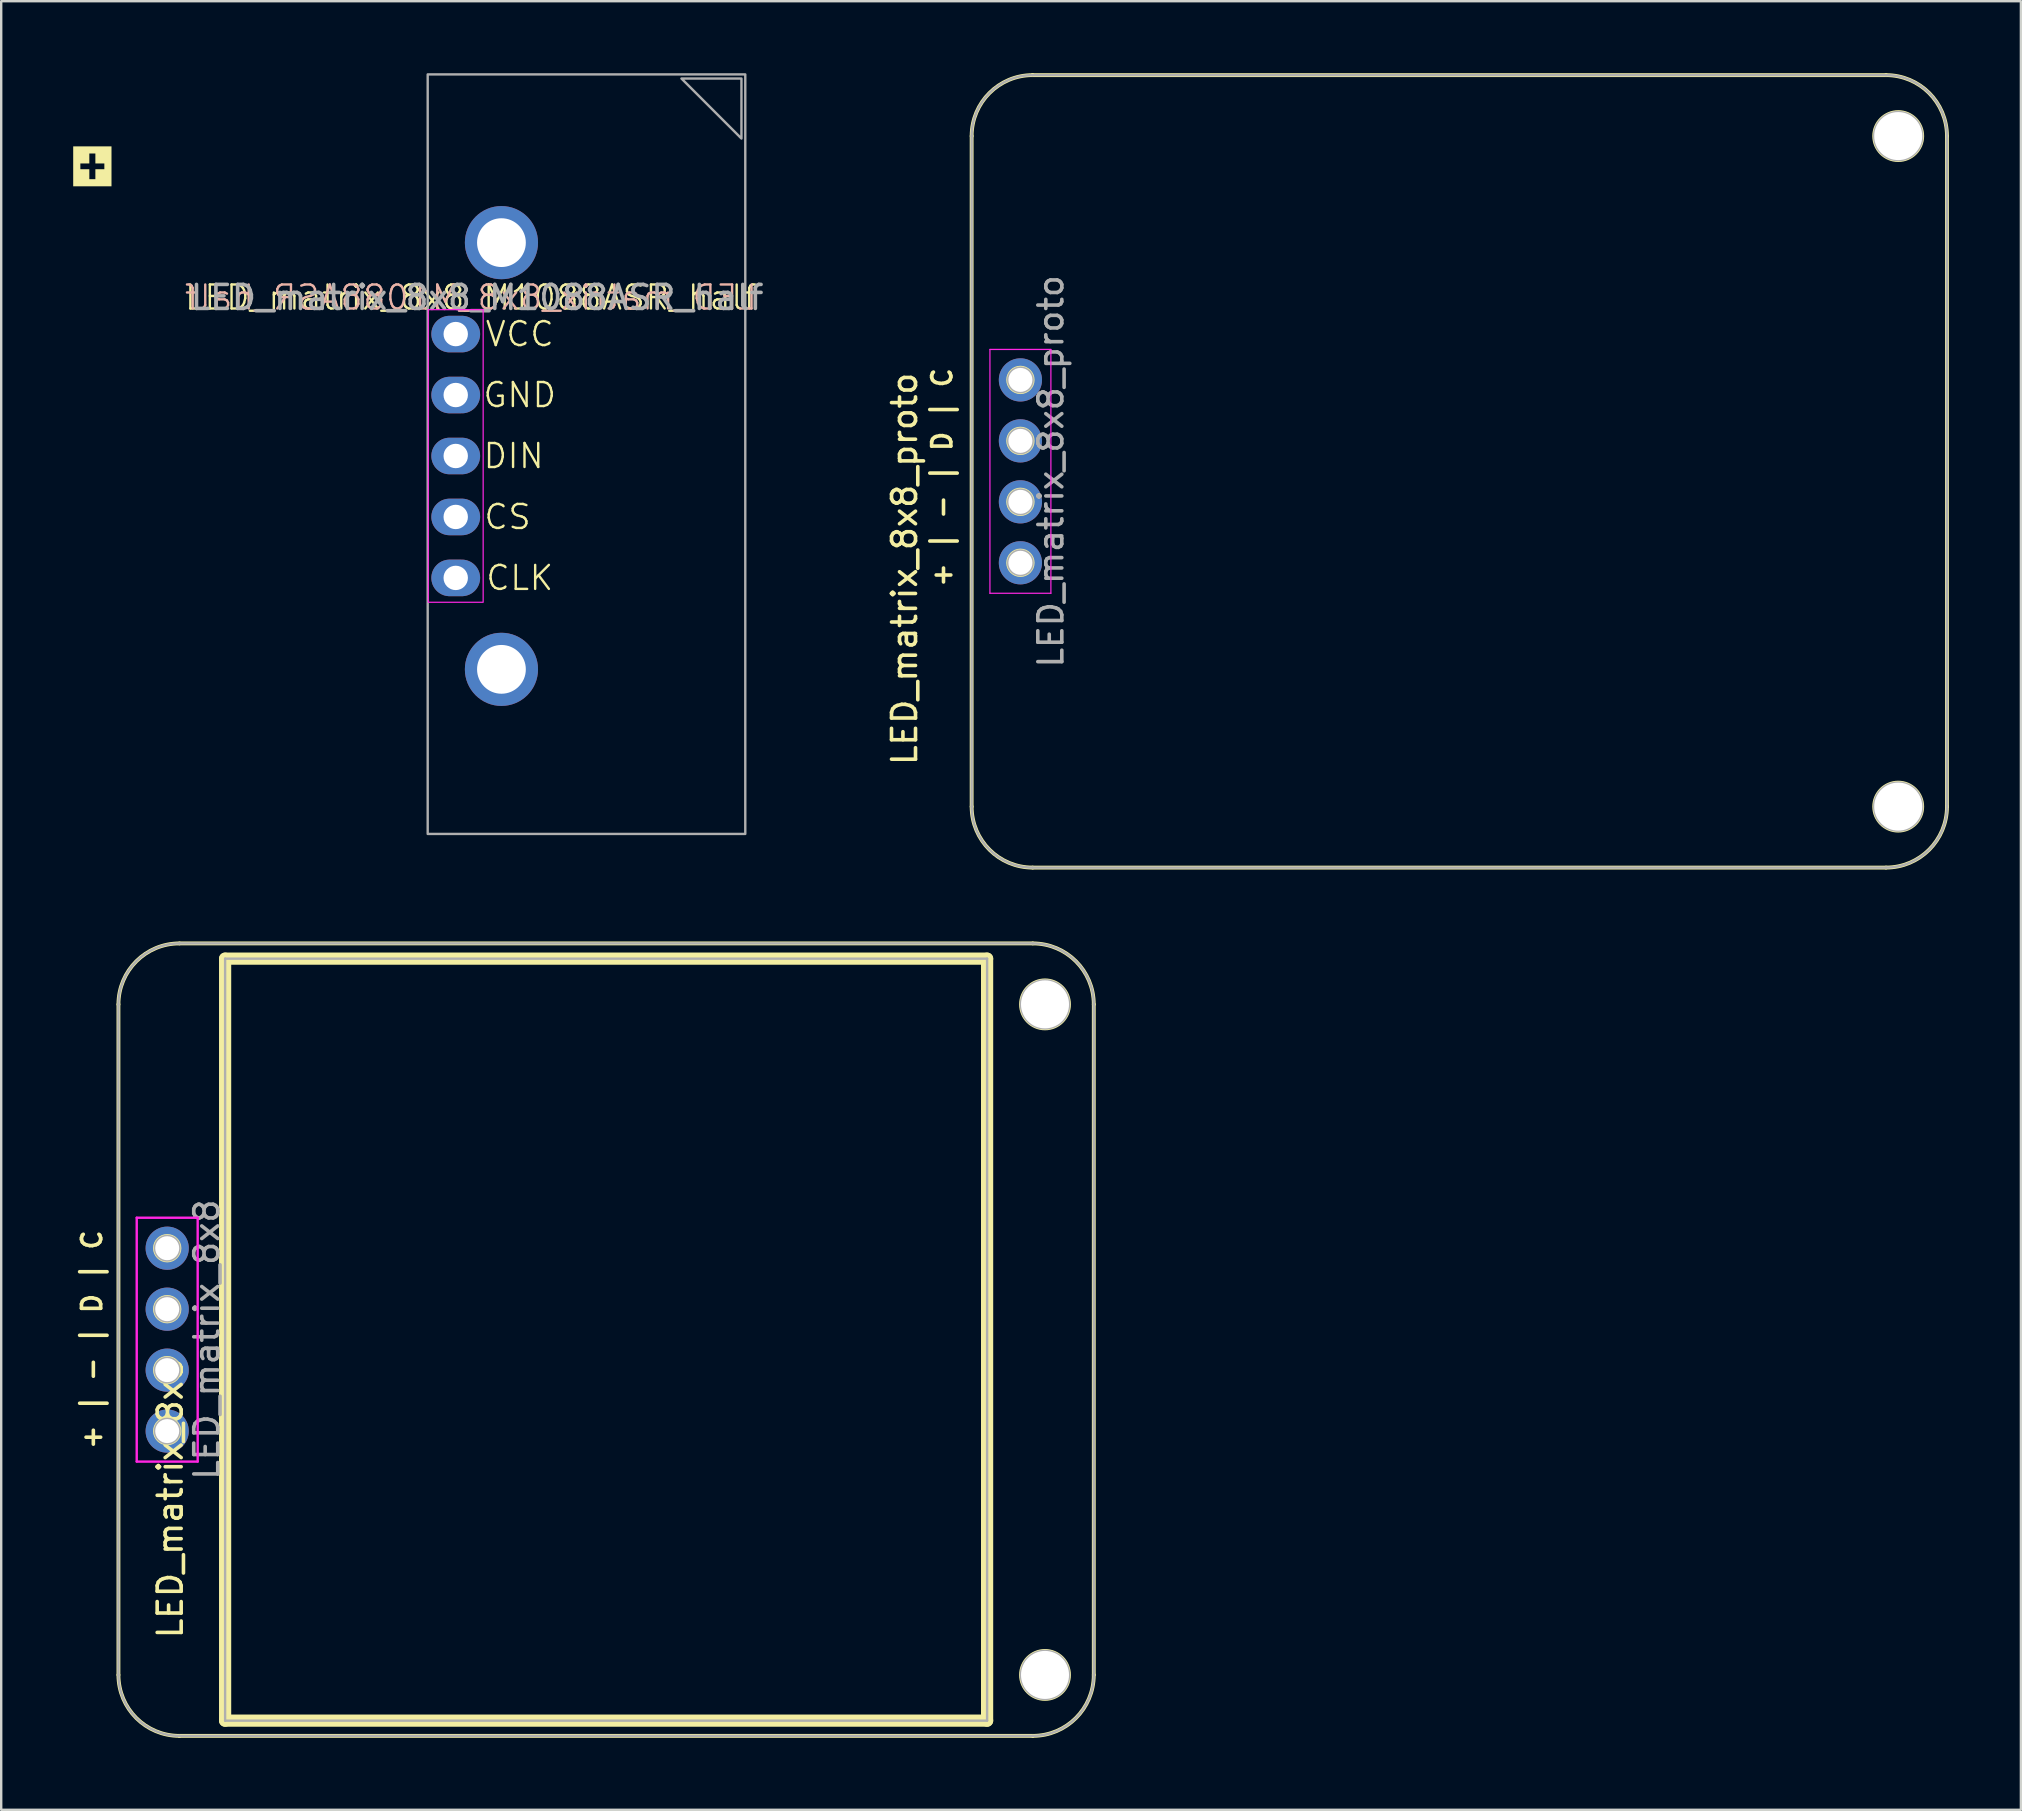
<source format=kicad_pcb>
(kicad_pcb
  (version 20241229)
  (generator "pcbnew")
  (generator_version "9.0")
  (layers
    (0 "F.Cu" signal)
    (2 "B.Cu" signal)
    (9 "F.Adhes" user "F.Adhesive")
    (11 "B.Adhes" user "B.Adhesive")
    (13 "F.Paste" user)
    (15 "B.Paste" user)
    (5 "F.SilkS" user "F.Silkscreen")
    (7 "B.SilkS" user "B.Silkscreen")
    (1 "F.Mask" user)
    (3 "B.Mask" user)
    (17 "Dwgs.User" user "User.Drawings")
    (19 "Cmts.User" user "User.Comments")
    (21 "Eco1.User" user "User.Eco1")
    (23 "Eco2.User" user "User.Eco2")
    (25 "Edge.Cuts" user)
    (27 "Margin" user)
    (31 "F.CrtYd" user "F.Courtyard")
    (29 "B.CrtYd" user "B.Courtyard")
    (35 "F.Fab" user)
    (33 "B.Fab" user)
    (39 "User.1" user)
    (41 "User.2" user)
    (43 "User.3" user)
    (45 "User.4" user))
  (footprint "LED_matrix_8x8_proto"
    (layer "F.Cu")
    (at 39.468 16.59)
    (property "Reference" "LED_matrix_8x8_proto" (at -4.826 4.064 90) (layer "F.SilkS") (effects (font (size 1 1) (thickness 0.15))))
    (attr through_hole)
    (fp_line (start -2.032 13.97) (end -2.032 -13.97) (stroke (width 0.16) (type solid)) (layer "F.SilkS"))
    (fp_line (start 0.508 -16.51) (end 36.068 -16.51) (stroke (width 0.16) (type solid)) (layer "F.SilkS"))
    (fp_line (start 36.068 16.51) (end 0.508 16.51) (stroke (width 0.16) (type solid)) (layer "F.SilkS"))
    (fp_line (start 38.608 -13.97) (end 38.608 13.97) (stroke (width 0.16) (type solid)) (layer "F.SilkS"))
    (fp_arc (start -2.032 -13.97) (mid -1.288051 -15.766051) (end 0.508 -16.51) (stroke (width 0.16) (type solid)) (layer "F.SilkS"))
    (fp_arc (start 0.508 16.51) (mid -1.288051 15.766051) (end -2.032 13.97) (stroke (width 0.16) (type solid)) (layer "F.SilkS"))
    (fp_arc (start 36.068 -16.51) (mid 37.864051 -15.766051) (end 38.608 -13.97) (stroke (width 0.16) (type solid)) (layer "F.SilkS"))
    (fp_arc (start 38.608 13.97) (mid 37.864051 15.766051) (end 36.068 16.51) (stroke (width 0.16) (type solid)) (layer "F.SilkS"))
    (fp_circle (center 0 -3.81) (end -0.51 -3.81) (stroke (width 0.16) (type solid)) (fill no) (layer "F.SilkS"))
    (fp_circle (center 0 -1.27) (end -0.51 -1.27) (stroke (width 0.16) (type solid)) (fill no) (layer "F.SilkS"))
    (fp_circle (center 0 1.27) (end -0.51 1.27) (stroke (width 0.16) (type solid)) (fill no) (layer "F.SilkS"))
    (fp_circle (center 0 3.81) (end -0.51 3.81) (stroke (width 0.16) (type solid)) (fill no) (layer "F.SilkS"))
    (fp_circle (center 36.576 -13.97) (end 35.576 -13.97) (stroke (width 0.16) (type solid)) (fill no) (layer "F.SilkS"))
    (fp_circle (center 36.576 13.97) (end 35.576 13.97) (stroke (width 0.16) (type solid)) (fill no) (layer "F.SilkS"))
    (fp_line (start -1.27 -5.08) (end 1.27 -5.08) (stroke (width 0.05) (type solid)) (layer "F.CrtYd"))
    (fp_line (start -1.27 5.08) (end -1.27 -5.08) (stroke (width 0.05) (type solid)) (layer "F.CrtYd"))
    (fp_line (start 1.27 -5.08) (end 1.27 5.08) (stroke (width 0.05) (type solid)) (layer "F.CrtYd"))
    (fp_line (start 1.27 5.08) (end -1.27 5.08) (stroke (width 0.05) (type solid)) (layer "F.CrtYd"))
    (fp_line (start -2.032 13.97) (end -2.032 -13.97) (stroke (width 0.1) (type solid)) (layer "F.Fab"))
    (fp_line (start 0.508 -16.51) (end 36.068 -16.51) (stroke (width 0.1) (type solid)) (layer "F.Fab"))
    (fp_line (start 36.068 16.51) (end 0.508 16.51) (stroke (width 0.1) (type solid)) (layer "F.Fab"))
    (fp_line (start 38.608 -13.97) (end 38.608 13.97) (stroke (width 0.1) (type solid)) (layer "F.Fab"))
    (fp_arc (start -2.032 -13.97) (mid -1.288051 -15.766051) (end 0.508 -16.51) (stroke (width 0.1) (type solid)) (layer "F.Fab"))
    (fp_arc (start 0.508 16.51) (mid -1.288051 15.766051) (end -2.032 13.97) (stroke (width 0.1) (type solid)) (layer "F.Fab"))
    (fp_arc (start 36.068 -16.51) (mid 37.864051 -15.766051) (end 38.608 -13.97) (stroke (width 0.1) (type solid)) (layer "F.Fab"))
    (fp_arc (start 38.608 13.97) (mid 37.864051 15.766051) (end 36.068 16.51) (stroke (width 0.1) (type solid)) (layer "F.Fab"))
    (fp_circle (center 0 -3.81) (end -0.51 -3.81) (stroke (width 0.1) (type solid)) (fill no) (layer "F.Fab"))
    (fp_circle (center 0 -1.27) (end -0.51 -1.27) (stroke (width 0.1) (type solid)) (fill no) (layer "F.Fab"))
    (fp_circle (center 0 1.27) (end -0.51 1.27) (stroke (width 0.1) (type solid)) (fill no) (layer "F.Fab"))
    (fp_circle (center 0 3.81) (end -0.51 3.81) (stroke (width 0.1) (type solid)) (fill no) (layer "F.Fab"))
    (fp_circle (center 36.576 -13.97) (end 35.576 -13.97) (stroke (width 0.1) (type solid)) (fill no) (layer "F.Fab"))
    (fp_circle (center 36.576 13.97) (end 35.576 13.97) (stroke (width 0.1) (type solid)) (fill no) (layer "F.Fab"))
    (fp_text user "+ | - | D | C" (at -2.794 0.254 90) (unlocked yes) (layer "F.SilkS") (effects (font (size 0.8 0.762) (thickness 0.15) (bold yes)) (justify bottom)))
    (fp_text user "${REFERENCE}" (at 1.27 0 90) (layer "F.Fab") (effects (font (size 1 1) (thickness 0.15))))
    (pad "" np_thru_hole circle (at 36.576 -13.97) (size 2 2) (drill 2) (layers "*.Cu" "*.Mask"))
    (pad "" np_thru_hole circle (at 36.576 13.97) (size 2 2) (drill 2) (layers "*.Cu" "*.Mask"))
    (pad "1" thru_hole circle (at 0 3.81) (size 1.8 1.8) (drill 1) (layers "*.Cu" "*.Mask"))
    (pad "2" thru_hole circle (at 0 1.27) (size 1.8 1.8) (drill 1) (layers "*.Cu" "*.Mask"))
    (pad "3" thru_hole circle (at 0 -1.27) (size 1.8 1.8) (drill 1) (layers "*.Cu" "*.Mask"))
    (pad "4" thru_hole circle (at 0 -3.81) (size 1.8 1.8) (drill 1) (layers "*.Cu" "*.Mask")))
  (footprint "LED_matrix_8x8_M1088ASR_half"
    (layer "F.Cu")
    (at 30.544 15.95)
    (property "Reference" "LED_matrix_8x8_M1088ASR_half" (at -13.97 -6.604 0) (unlocked yes) (layer "F.SilkS") (effects (font (size 1 1) (thickness 0.1))))
    (attr smd)
    (fp_rect (start -15.748 -6.096) (end -13.462 6.096) (stroke (width 0.05) (type default)) (fill no) (layer "F.CrtYd"))
    (fp_rect (start -15.773 -15.9) (end -2.54 15.748) (stroke (width 0.1) (type default)) (fill no) (layer "F.Fab"))
    (fp_poly (pts (xy -2.7 -15.728) (xy -2.7 -13.228) (xy -5.2 -15.728)) (stroke (width 0.1) (type solid)) (fill no) (layer "F.Fab"))
    (fp_text user "CS" (at -12.446 2.54 0) (unlocked yes) (layer "F.SilkS") (effects (font (size 1 1) (thickness 0.1))))
    (fp_text user "CLK" (at -11.938 5.08 0) (unlocked yes) (layer "F.SilkS") (effects (font (size 1 1) (thickness 0.1))))
    (fp_text user "GND" (at -11.938 -2.54 0) (unlocked yes) (layer "F.SilkS") (effects (font (size 1 1) (thickness 0.1))))
    (fp_text user "VCC" (at -11.938 -5.08 0) (unlocked yes) (layer "F.SilkS") (effects (font (size 1 1) (thickness 0.1))))
    (fp_text user "DIN" (at -12.192 0 0) (unlocked yes) (layer "F.SilkS") (effects (font (size 1 1) (thickness 0.1))))
    (fp_text user "${REFERENCE}" (at -13.97 -6.604 0) (unlocked yes) (layer "B.SilkS") (effects (font (size 1 1) (thickness 0.1)) (justify mirror)))
    (fp_text user "${REFERENCE}" (at -13.716 -6.604 0) (unlocked yes) (layer "F.Fab") (effects (font (size 1 1) (thickness 0.15))))
    (pad "" np_thru_hole circle (at -12.7 -8.89) (size 3.048 3.048) (drill 2.032) (layers "*.Cu" "*.Mask"))
    (pad "" np_thru_hole circle (at -12.7 8.89) (size 3.048 3.048) (drill 2.032) (layers "*.Cu" "*.Mask"))
    (pad "CLK" thru_hole oval (at -14.605 5.08 180) (size 2.032 1.524) (drill 1.016) (layers "*.Cu" "*.Mask"))
    (pad "CS" thru_hole oval (at -14.605 2.54 180) (size 2.032 1.524) (drill 1.016) (layers "*.Cu" "*.Mask"))
    (pad "DIN" thru_hole oval (at -14.605 0 180) (size 2.032 1.524) (drill 1.016) (layers "*.Cu" "*.Mask"))
    (pad "GND" thru_hole oval (at -14.605 -2.54 180) (size 2.032 1.524) (drill 1.016) (layers "*.Cu" "*.Mask"))
    (pad "VCC" thru_hole oval (at -14.605 -5.08 180) (size 2.032 1.524) (drill 1.016) (layers "*.Cu" "*.Mask")))
  (footprint "kibuzzard-64612FA6"
    (layer "F.Cu")
    (at 0.798 3.881)
    (property "Reference" "kibuzzard-64612FA6" (at 0 -3.88 0) (layer "F.SilkS") (effects (font (size 0.001 0.001) (thickness 0.15))))
    (attr board_only exclude_from_pos_files exclude_from_bom)
    (fp_poly (pts (xy -0.5 -0.832) (xy -0.798 -0.832) (xy -0.798 0.832) (xy -0.5 0.832) (xy 0.126 0.832) (xy 0.126 0.535) (xy -0.126 0.535) (xy -0.126 0.12) (xy -0.5 0.12) (xy -0.5 -0.12) (xy -0.126 -0.12) (xy -0.126 -0.535) (xy 0.126 -0.535) (xy 0.126 -0.12) (xy 0.5 -0.12) (xy 0.5 0.12) (xy 0.126 0.12) (xy 0.126 0.535) (xy 0.126 0.832) (xy 0.5 0.832) (xy 0.798 0.832) (xy 0.798 -0.832) (xy 0.5 -0.832) (xy -0.5 -0.832) (xy -0.5 -0.832)) (stroke (width 0) (type solid)) (fill yes) (layer "F.SilkS")))
  (footprint "LED_matrix_8x8"
    (layer "F.Cu")
    (at 3.917 52.77)
    (property "Reference" "LED_matrix_8x8" (at 0.127 6.604 90) (layer "F.SilkS") (effects (font (size 1 1) (thickness 0.15))))
    (attr through_hole)
    (fp_line (start -2.032 13.97) (end -2.032 -13.97) (stroke (width 0.16) (type solid)) (layer "F.SilkS"))
    (fp_line (start 0.508 -16.51) (end 36.068 -16.51) (stroke (width 0.16) (type solid)) (layer "F.SilkS"))
    (fp_line (start 2.413 -15.875) (end 2.413 15.875) (stroke (width 0.508) (type solid)) (layer "F.SilkS"))
    (fp_line (start 2.413 15.875) (end 34.163 15.875) (stroke (width 0.508) (type solid)) (layer "F.SilkS"))
    (fp_line (start 34.163 -15.875) (end 2.413 -15.875) (stroke (width 0.508) (type solid)) (layer "F.SilkS"))
    (fp_line (start 34.163 15.875) (end 34.163 -15.875) (stroke (width 0.508) (type solid)) (layer "F.SilkS"))
    (fp_line (start 36.068 16.51) (end 0.508 16.51) (stroke (width 0.16) (type solid)) (layer "F.SilkS"))
    (fp_line (start 38.608 -13.97) (end 38.608 13.97) (stroke (width 0.16) (type solid)) (layer "F.SilkS"))
    (fp_arc (start -2.032 -13.97) (mid -1.288051 -15.766051) (end 0.508 -16.51) (stroke (width 0.16) (type solid)) (layer "F.SilkS"))
    (fp_arc (start 0.508 16.51) (mid -1.288051 15.766051) (end -2.032 13.97) (stroke (width 0.16) (type solid)) (layer "F.SilkS"))
    (fp_arc (start 36.068 -16.51) (mid 37.864051 -15.766051) (end 38.608 -13.97) (stroke (width 0.16) (type solid)) (layer "F.SilkS"))
    (fp_arc (start 38.608 13.97) (mid 37.864051 15.766051) (end 36.068 16.51) (stroke (width 0.16) (type solid)) (layer "F.SilkS"))
    (fp_circle (center 0 -3.81) (end -0.51 -3.81) (stroke (width 0.16) (type solid)) (fill no) (layer "F.SilkS"))
    (fp_circle (center 0 -1.27) (end -0.51 -1.27) (stroke (width 0.16) (type solid)) (fill no) (layer "F.SilkS"))
    (fp_circle (center 0 1.27) (end -0.51 1.27) (stroke (width 0.16) (type solid)) (fill no) (layer "F.SilkS"))
    (fp_circle (center 0 3.81) (end -0.51 3.81) (stroke (width 0.16) (type solid)) (fill no) (layer "F.SilkS"))
    (fp_circle (center 36.576 -13.97) (end 35.576 -13.97) (stroke (width 0.16) (type solid)) (fill no) (layer "F.SilkS"))
    (fp_circle (center 36.576 13.97) (end 35.576 13.97) (stroke (width 0.16) (type solid)) (fill no) (layer "F.SilkS"))
    (fp_line (start -1.27 -5.08) (end 1.27 -5.08) (stroke (width 0.1) (type default)) (layer "F.CrtYd"))
    (fp_line (start -1.27 5.08) (end -1.27 -5.08) (stroke (width 0.1) (type default)) (layer "F.CrtYd"))
    (fp_line (start 1.27 -5.08) (end 1.27 5.08) (stroke (width 0.1) (type default)) (layer "F.CrtYd"))
    (fp_line (start 1.27 5.08) (end -1.27 5.08) (stroke (width 0.1) (type default)) (layer "F.CrtYd"))
    (fp_line (start -2.032 13.97) (end -2.032 -13.97) (stroke (width 0.1) (type solid)) (layer "F.Fab"))
    (fp_line (start 0.508 -16.51) (end 36.068 -16.51) (stroke (width 0.1) (type solid)) (layer "F.Fab"))
    (fp_line (start 2.413 -15.875) (end 2.413 15.875) (stroke (width 0.1) (type solid)) (layer "F.Fab"))
    (fp_line (start 2.413 15.875) (end 34.163 15.875) (stroke (width 0.1) (type solid)) (layer "F.Fab"))
    (fp_line (start 34.163 -15.875) (end 2.413 -15.875) (stroke (width 0.1) (type solid)) (layer "F.Fab"))
    (fp_line (start 34.163 15.875) (end 34.163 -15.875) (stroke (width 0.1) (type solid)) (layer "F.Fab"))
    (fp_line (start 36.068 16.51) (end 0.508 16.51) (stroke (width 0.1) (type solid)) (layer "F.Fab"))
    (fp_line (start 38.608 -13.97) (end 38.608 13.97) (stroke (width 0.1) (type solid)) (layer "F.Fab"))
    (fp_arc (start -2.032 -13.97) (mid -1.288051 -15.766051) (end 0.508 -16.51) (stroke (width 0.1) (type solid)) (layer "F.Fab"))
    (fp_arc (start 0.508 16.51) (mid -1.288051 15.766051) (end -2.032 13.97) (stroke (width 0.1) (type solid)) (layer "F.Fab"))
    (fp_arc (start 36.068 -16.51) (mid 37.864051 -15.766051) (end 38.608 -13.97) (stroke (width 0.1) (type solid)) (layer "F.Fab"))
    (fp_arc (start 38.608 13.97) (mid 37.864051 15.766051) (end 36.068 16.51) (stroke (width 0.1) (type solid)) (layer "F.Fab"))
    (fp_circle (center 0 -3.81) (end -0.51 -3.81) (stroke (width 0.1) (type solid)) (fill no) (layer "F.Fab"))
    (fp_circle (center 0 -1.27) (end -0.51 -1.27) (stroke (width 0.1) (type solid)) (fill no) (layer "F.Fab"))
    (fp_circle (center 0 1.27) (end -0.51 1.27) (stroke (width 0.1) (type solid)) (fill no) (layer "F.Fab"))
    (fp_circle (center 0 3.81) (end -0.51 3.81) (stroke (width 0.1) (type solid)) (fill no) (layer "F.Fab"))
    (fp_circle (center 36.576 -13.97) (end 35.576 -13.97) (stroke (width 0.1) (type solid)) (fill no) (layer "F.Fab"))
    (fp_circle (center 36.576 13.97) (end 35.576 13.97) (stroke (width 0.1) (type solid)) (fill no) (layer "F.Fab"))
    (fp_text user "+ | - | D | C" (at -2.667 0 90) (unlocked yes) (layer "F.SilkS") (effects (font (size 0.8 0.762) (thickness 0.15) (bold yes)) (justify bottom)))
    (fp_text user "${REFERENCE}" (at 1.651 0 90) (layer "F.Fab") (effects (font (size 1 1) (thickness 0.15))))
    (pad "" np_thru_hole circle (at 36.576 -13.97) (size 2 2) (drill 2) (layers "*.Cu" "*.Mask"))
    (pad "" np_thru_hole circle (at 36.576 13.97) (size 2 2) (drill 2) (layers "*.Cu" "*.Mask"))
    (pad "GND" thru_hole circle (at 0 1.27) (size 1.8 1.8) (drill 1) (layers "*.Cu" "*.Mask"))
    (pad "SCL" thru_hole circle (at 0 -3.81) (size 1.8 1.8) (drill 1) (layers "*.Cu" "*.Mask"))
    (pad "SDA" thru_hole circle (at 0 -1.27) (size 1.8 1.8) (drill 1) (layers "*.Cu" "*.Mask"))
    (pad "VCC" thru_hole circle (at 0 3.81) (size 1.8 1.8) (drill 1) (layers "*.Cu" "*.Mask")))
  (gr_rect
    (start -3 -3)
    (end 81.156 72.36)
    (stroke (width 0.1) (type default))
    (fill no)
    (layer "Edge.Cuts")))
</source>
